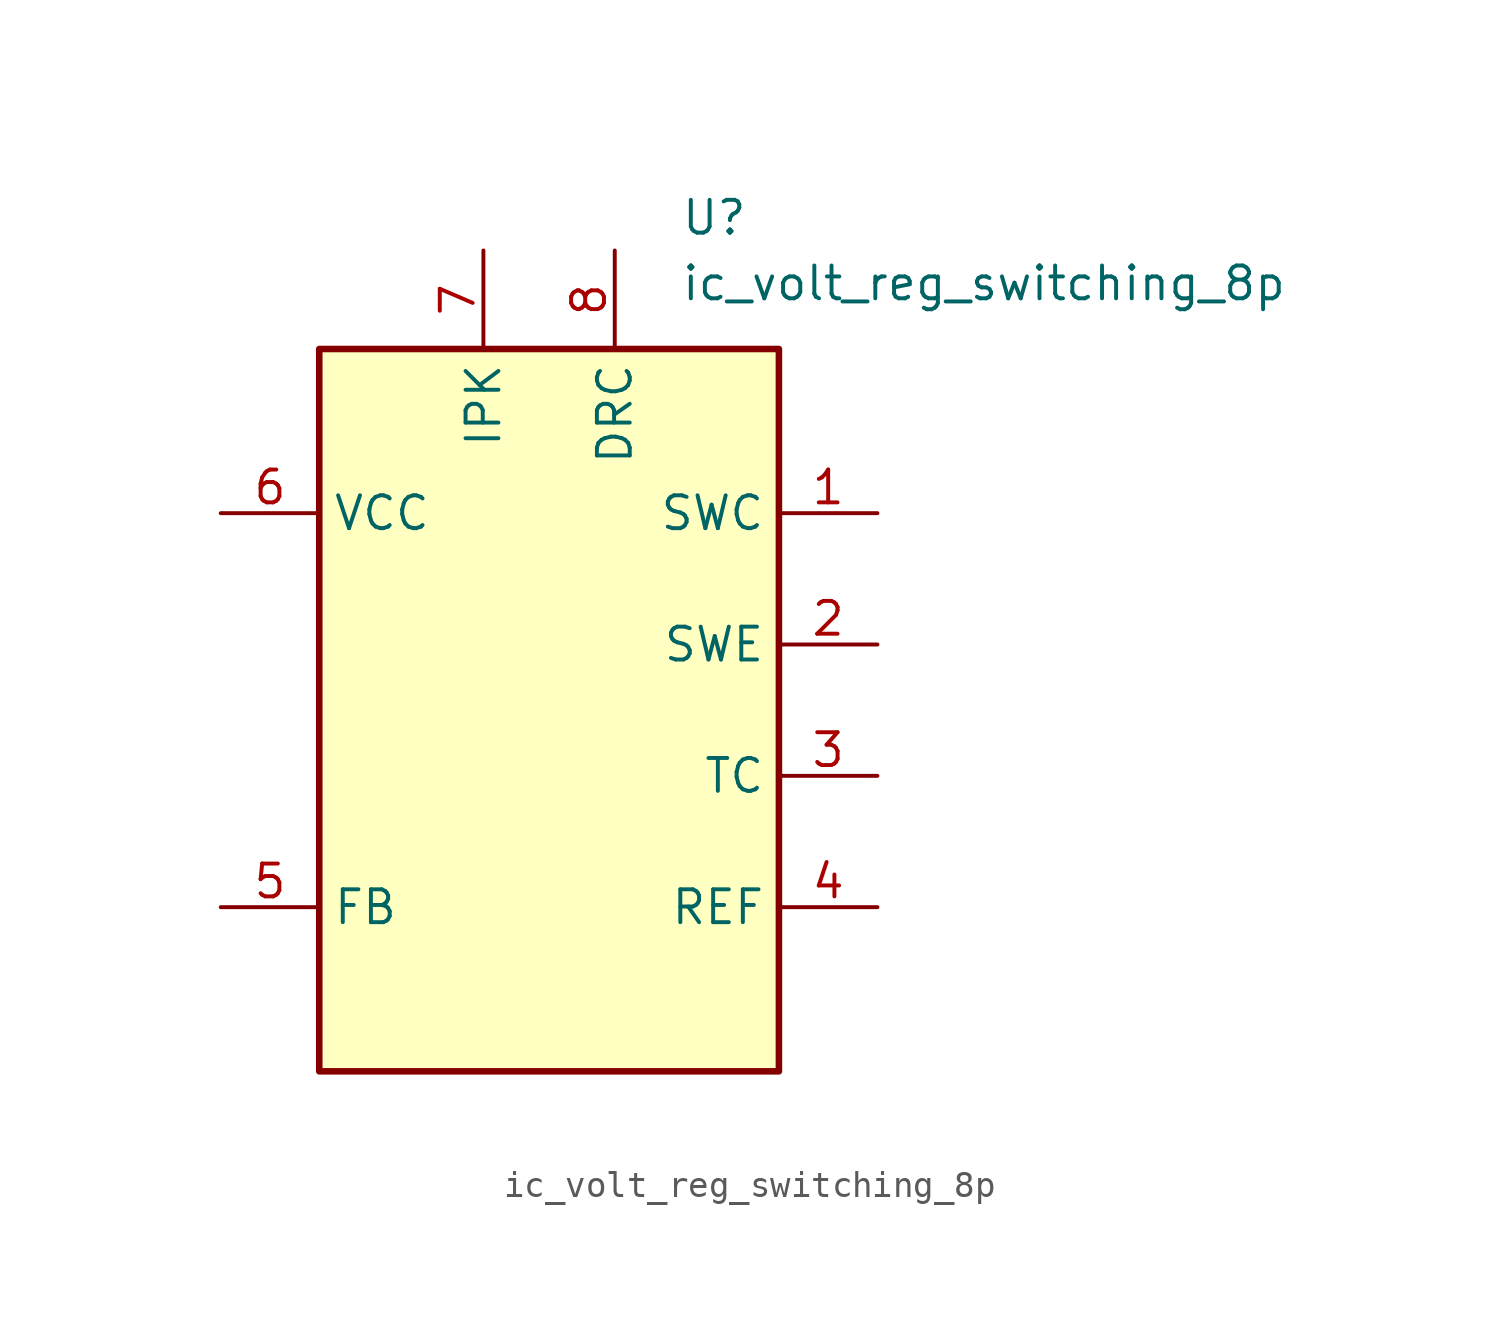
<source format=kicad_sym>
(kicad_symbol_lib
  (version 20241209)
  (generator "kicad_symbol_editor")
  (generator_version "9.0")
  (symbol "ic_volt_reg_switching_8p"
    (property "Reference" "U"
      (at 17.78 11.43 0)
      (effects (font (size 1.27 1.27)) (justify left)))
    (property "Value" "ic_volt_reg_switching_8p"
      (at 17.78 8.89 0)
      (effects (font (size 1.27 1.27)) (justify left)))
    (symbol "ic_volt_reg_switching_8p_0_1"
      (rectangle (start 3.81 6.35) (end 21.59 -21.59) (stroke (width 0.254) (type default)) (fill (type background))))
    (symbol "ic_volt_reg_switching_8p_1_1"
      (pin power_in line (at 0 0 0) (length 3.81) (name "VCC" (effects (font (size 1.27 1.27)))) (number "6" (effects (font (size 1.27 1.27)))))
      (pin input line (at 0 -15.24 0) (length 3.81) (name "FB" (effects (font (size 1.27 1.27)))) (number "5" (effects (font (size 1.27 1.27)))))
      (pin input line (at 10.16 10.16 270) (length 3.81) (name "IPK" (effects (font (size 1.27 1.27)))) (number "7" (effects (font (size 1.27 1.27)))))
      (pin power_in line (at 15.24 10.16 270) (length 3.81) (name "DRC" (effects (font (size 1.27 1.27)))) (number "8" (effects (font (size 1.27 1.27)))))
      (pin open_collector line (at 25.4 0 180) (length 3.81) (name "SWC" (effects (font (size 1.27 1.27)))) (number "1" (effects (font (size 1.27 1.27)))))
      (pin open_emitter line (at 25.4 -5.08 180) (length 3.81) (name "SWE" (effects (font (size 1.27 1.27)))) (number "2" (effects (font (size 1.27 1.27)))))
      (pin output line (at 25.4 -10.16 180) (length 3.81) (name "TC" (effects (font (size 1.27 1.27)))) (number "3" (effects (font (size 1.27 1.27)))))
      (pin power_in line (at 25.4 -15.24 180) (length 3.81) (name "REF" (effects (font (size 1.27 1.27)))) (number "4" (effects (font (size 1.27 1.27))))))))
</source>
